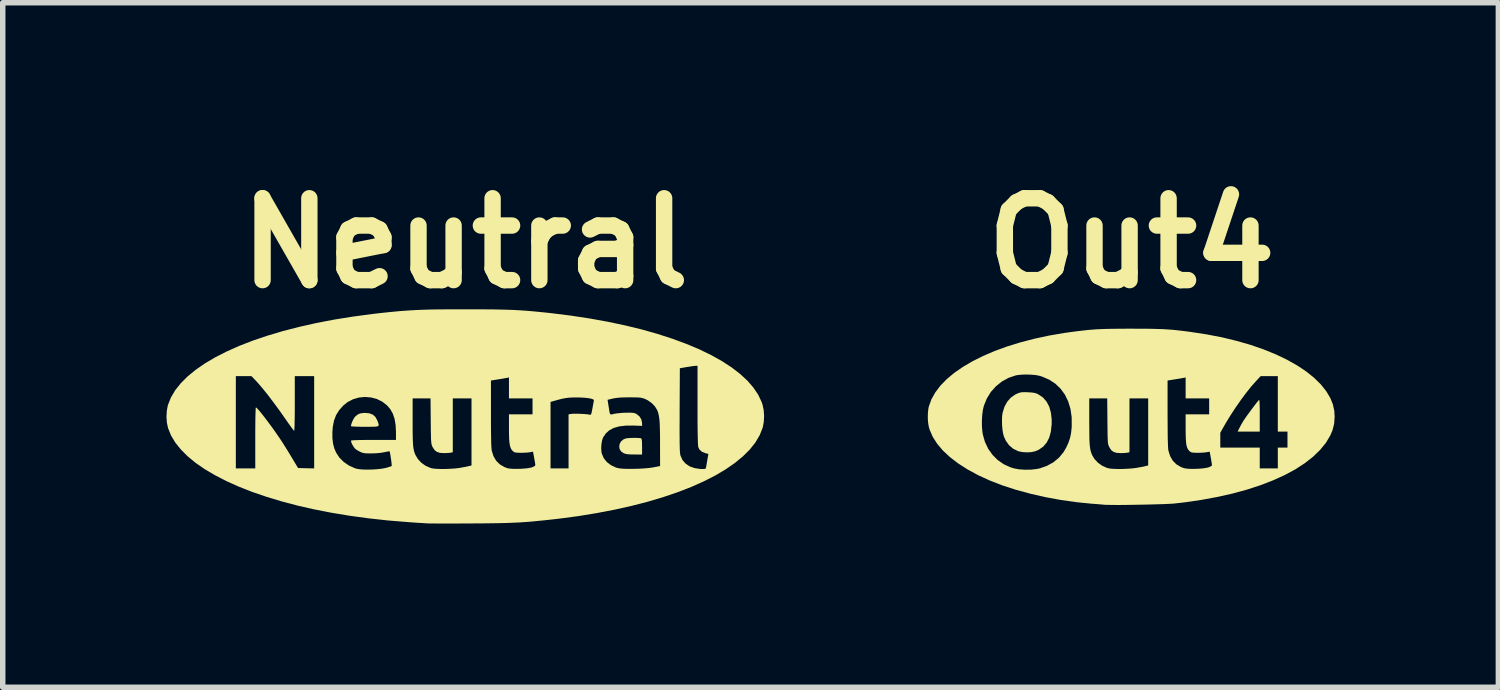
<source format=kicad_pcb>
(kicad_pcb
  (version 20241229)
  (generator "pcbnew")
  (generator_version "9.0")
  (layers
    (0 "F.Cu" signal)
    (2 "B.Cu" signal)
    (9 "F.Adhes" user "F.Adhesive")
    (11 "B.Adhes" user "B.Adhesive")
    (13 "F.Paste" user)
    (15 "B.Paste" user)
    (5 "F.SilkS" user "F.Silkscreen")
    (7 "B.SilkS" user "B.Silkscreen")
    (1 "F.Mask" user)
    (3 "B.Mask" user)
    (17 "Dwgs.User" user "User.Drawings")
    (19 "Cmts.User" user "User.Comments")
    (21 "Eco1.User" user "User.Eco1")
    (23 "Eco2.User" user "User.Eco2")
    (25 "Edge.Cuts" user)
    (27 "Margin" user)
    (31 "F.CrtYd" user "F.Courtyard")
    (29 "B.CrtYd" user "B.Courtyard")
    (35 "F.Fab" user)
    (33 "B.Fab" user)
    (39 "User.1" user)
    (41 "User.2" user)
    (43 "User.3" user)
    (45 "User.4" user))
  (footprint "Out4"
    (layer "F.Cu")
    (at 17.682 4.579)
    (property "Reference" "Out4" (at 0 -3.175 0) (layer "F.SilkS") (effects (font (size 1.5 1.5) (thickness 0.3))))
    (attr board_only exclude_from_pos_files exclude_from_bom allow_missing_courtyard)
    (fp_poly (pts (xy 2.342 -0.293) (xy 2.345 -0.259) (xy 2.347 -0.206) (xy 2.349 -0.139) (xy 2.349 -0.061) (xy 2.349 -0.013) (xy 2.349 0.279) (xy 2.146 0.279) (xy 1.943 0.279) (xy 1.983 0.2) (xy 2.01 0.149) (xy 2.04 0.097) (xy 2.061 0.064) (xy 2.092 0.019) (xy 2.13 -0.034) (xy 2.171 -0.09) (xy 2.213 -0.147) (xy 2.253 -0.2) (xy 2.289 -0.246) (xy 2.317 -0.281) (xy 2.335 -0.301) (xy 2.34 -0.305)) (stroke (width 0) (type solid)) (fill yes) (layer "F.SilkS"))
    (fp_poly (pts (xy -1.9 -0.442) (xy -1.836 -0.438) (xy -1.788 -0.432) (xy -1.751 -0.423) (xy -1.716 -0.408) (xy -1.707 -0.403) (xy -1.623 -0.346) (xy -1.557 -0.271) (xy -1.508 -0.178) (xy -1.477 -0.067) (xy -1.463 0.062) (xy -1.464 0.146) (xy -1.478 0.277) (xy -1.508 0.388) (xy -1.555 0.48) (xy -1.618 0.554) (xy -1.698 0.61) (xy -1.769 0.64) (xy -1.838 0.655) (xy -1.919 0.659) (xy -2.001 0.654) (xy -2.073 0.639) (xy -2.079 0.637) (xy -2.168 0.593) (xy -2.243 0.53) (xy -2.303 0.446) (xy -2.338 0.37) (xy -2.353 0.315) (xy -2.365 0.243) (xy -2.372 0.161) (xy -2.374 0.077) (xy -2.372 -0.00003) (xy -2.363 -0.064) (xy -2.363 -0.064) (xy -2.33 -0.173) (xy -2.279 -0.267) (xy -2.212 -0.344) (xy -2.13 -0.401) (xy -2.107 -0.412) (xy -2.069 -0.428) (xy -2.037 -0.438) (xy -2.003 -0.443) (xy -1.959 -0.444)) (stroke (width 0) (type solid)) (fill yes) (layer "F.SilkS"))
    (fp_poly (pts (xy 0.147 -1.606) (xy 0.28 -1.606) (xy 0.395 -1.604) (xy 0.496 -1.601) (xy 0.588 -1.598) (xy 0.674 -1.592) (xy 0.759 -1.586) (xy 0.846 -1.577) (xy 0.939 -1.566) (xy 1.042 -1.553) (xy 1.079 -1.548) (xy 1.373 -1.503) (xy 1.655 -1.449) (xy 1.923 -1.384) (xy 2.178 -1.311) (xy 2.417 -1.228) (xy 2.64 -1.138) (xy 2.845 -1.04) (xy 3.032 -0.935) (xy 3.199 -0.824) (xy 3.345 -0.707) (xy 3.47 -0.584) (xy 3.571 -0.456) (xy 3.642 -0.336) (xy 3.689 -0.22) (xy 3.715 -0.1) (xy 3.721 0.006) (xy 3.712 0.135) (xy 3.682 0.254) (xy 3.642 0.348) (xy 3.561 0.484) (xy 3.455 0.614) (xy 3.326 0.739) (xy 3.175 0.857) (xy 3.003 0.969) (xy 2.81 1.073) (xy 2.597 1.17) (xy 2.365 1.26) (xy 2.116 1.341) (xy 1.849 1.414) (xy 1.567 1.477) (xy 1.269 1.532) (xy 0.956 1.577) (xy 0.787 1.596) (xy 0.74 1.6) (xy 0.673 1.603) (xy 0.588 1.607) (xy 0.489 1.61) (xy 0.381 1.613) (xy 0.265 1.616) (xy 0.146 1.618) (xy 0.027 1.62) (xy -0.088 1.622) (xy -0.197 1.623) (xy -0.295 1.623) (xy -0.38 1.622) (xy -0.448 1.621) (xy -0.495 1.619) (xy -0.508 1.618) (xy -0.537 1.615) (xy -0.585 1.611) (xy -0.646 1.606) (xy -0.714 1.601) (xy -0.73 1.6) (xy -1.018 1.571) (xy -1.304 1.53) (xy -1.586 1.478) (xy -1.86 1.415) (xy -2.124 1.343) (xy -2.373 1.262) (xy -2.604 1.172) (xy -2.809 1.078) (xy -3.003 0.973) (xy -3.176 0.862) (xy -3.327 0.746) (xy -3.456 0.626) (xy -3.561 0.502) (xy -3.642 0.376) (xy -3.698 0.247) (xy -3.714 0.194) (xy -3.727 0.117) (xy -3.73 0.08) (xy -2.742 0.08) (xy -2.741 0.184) (xy -2.733 0.28) (xy -2.725 0.331) (xy -2.686 0.468) (xy -2.626 0.594) (xy -2.547 0.705) (xy -2.452 0.8) (xy -2.341 0.877) (xy -2.218 0.933) (xy -2.156 0.952) (xy -2.062 0.97) (xy -1.954 0.977) (xy -1.843 0.976) (xy -1.739 0.964) (xy -1.684 0.953) (xy -1.551 0.907) (xy -1.432 0.841) (xy -1.33 0.757) (xy -1.246 0.655) (xy -1.196 0.57) (xy -1.156 0.482) (xy -1.128 0.399) (xy -1.109 0.312) (xy -1.098 0.212) (xy -1.096 0.177) (xy -1.097 0.014) (xy -1.119 -0.137) (xy -1.161 -0.275) (xy -1.188 -0.33) (xy -0.775 -0.33) (xy -0.775 0.095) (xy -0.774 0.223) (xy -0.773 0.329) (xy -0.772 0.416) (xy -0.769 0.487) (xy -0.764 0.544) (xy -0.758 0.591) (xy -0.75 0.63) (xy -0.739 0.665) (xy -0.726 0.699) (xy -0.723 0.707) (xy -0.679 0.781) (xy -0.615 0.849) (xy -0.538 0.904) (xy -0.454 0.942) (xy -0.422 0.951) (xy -0.377 0.958) (xy -0.313 0.962) (xy -0.237 0.964) (xy -0.154 0.963) (xy -0.07 0.959) (xy 0.007 0.954) (xy 0.071 0.946) (xy 0.076 0.946) (xy 0.135 0.935) (xy 0.193 0.925) (xy 0.238 0.915) (xy 0.25 0.912) (xy 0.305 0.899) (xy 0.305 0.284) (xy 0.305 -0.05) (xy 0.66 -0.05) (xy 0.661 0.121) (xy 0.662 0.268) (xy 0.663 0.39) (xy 0.666 0.488) (xy 0.669 0.561) (xy 0.672 0.608) (xy 0.675 0.625) (xy 0.707 0.728) (xy 0.756 0.812) (xy 0.822 0.879) (xy 0.908 0.929) (xy 0.959 0.948) (xy 1.001 0.956) (xy 1.061 0.961) (xy 1.132 0.962) (xy 1.209 0.96) (xy 1.283 0.955) (xy 1.349 0.947) (xy 1.4 0.937) (xy 1.407 0.935) (xy 1.45 0.917) (xy 1.471 0.9) (xy 1.473 0.894) (xy 1.471 0.873) (xy 1.465 0.834) (xy 1.457 0.784) (xy 1.452 0.76) (xy 1.432 0.646) (xy 1.379 0.656) (xy 1.342 0.661) (xy 1.29 0.665) (xy 1.231 0.667) (xy 1.211 0.667) (xy 1.154 0.666) (xy 1.117 0.663) (xy 1.092 0.657) (xy 1.074 0.646) (xy 1.061 0.636) (xy 1.039 0.611) (xy 1.022 0.58) (xy 1.019 0.572) (xy 1.626 0.572) (xy 1.988 0.572) (xy 2.349 0.572) (xy 2.349 0.762) (xy 2.349 0.953) (xy 2.515 0.953) (xy 2.68 0.953) (xy 2.68 0.762) (xy 2.68 0.572) (xy 2.769 0.572) (xy 2.857 0.572) (xy 2.857 0.425) (xy 2.857 0.279) (xy 2.769 0.279) (xy 2.68 0.279) (xy 2.68 -0.229) (xy 2.68 -0.737) (xy 2.522 -0.737) (xy 2.365 -0.737) (xy 2.273 -0.638) (xy 2.188 -0.542) (xy 2.097 -0.427) (xy 2.002 -0.299) (xy 1.907 -0.163) (xy 1.816 -0.024) (xy 1.732 0.113) (xy 1.698 0.172) (xy 1.626 0.3) (xy 1.626 0.436) (xy 1.626 0.572) (xy 1.019 0.572) (xy 1.009 0.54) (xy 1 0.488) (xy 0.995 0.42) (xy 0.992 0.333) (xy 0.991 0.224) (xy 0.991 0.22) (xy 0.991 -0.038) (xy 1.206 -0.038) (xy 1.422 -0.038) (xy 1.422 -0.184) (xy 1.422 -0.33) (xy 1.206 -0.33) (xy 0.991 -0.33) (xy 0.991 -0.522) (xy 0.991 -0.714) (xy 0.962 -0.707) (xy 0.938 -0.703) (xy 0.895 -0.695) (xy 0.841 -0.686) (xy 0.797 -0.679) (xy 0.66 -0.657) (xy 0.66 -0.05) (xy 0.305 -0.05) (xy 0.305 -0.33) (xy 0.133 -0.33) (xy -0.038 -0.33) (xy -0.038 0.164) (xy -0.038 0.657) (xy -0.078 0.665) (xy -0.112 0.669) (xy -0.16 0.672) (xy -0.202 0.673) (xy -0.275 0.668) (xy -0.33 0.65) (xy -0.372 0.618) (xy -0.405 0.569) (xy -0.406 0.565) (xy -0.415 0.547) (xy -0.422 0.53) (xy -0.428 0.511) (xy -0.432 0.487) (xy -0.435 0.455) (xy -0.437 0.412) (xy -0.439 0.354) (xy -0.44 0.28) (xy -0.441 0.186) (xy -0.442 0.086) (xy -0.446 -0.33) (xy -0.611 -0.33) (xy -0.775 -0.33) (xy -1.188 -0.33) (xy -1.221 -0.399) (xy -1.301 -0.508) (xy -1.397 -0.6) (xy -1.511 -0.674) (xy -1.641 -0.73) (xy -1.689 -0.744) (xy -1.754 -0.757) (xy -1.835 -0.764) (xy -1.922 -0.767) (xy -2.008 -0.765) (xy -2.083 -0.758) (xy -2.121 -0.751) (xy -2.254 -0.706) (xy -2.376 -0.639) (xy -2.484 -0.552) (xy -2.577 -0.449) (xy -2.651 -0.329) (xy -2.705 -0.197) (xy -2.724 -0.119) (xy -2.736 -0.024) (xy -2.742 0.08) (xy -3.73 0.08) (xy -3.733 0.027) (xy -3.731 -0.066) (xy -3.721 -0.15) (xy -3.714 -0.181) (xy -3.667 -0.312) (xy -3.596 -0.439) (xy -3.502 -0.563) (xy -3.386 -0.682) (xy -3.249 -0.797) (xy -3.091 -0.906) (xy -2.914 -1.01) (xy -2.72 -1.107) (xy -2.508 -1.198) (xy -2.28 -1.281) (xy -2.037 -1.356) (xy -1.78 -1.423) (xy -1.51 -1.481) (xy -1.228 -1.529) (xy -1.092 -1.548) (xy -0.985 -1.562) (xy -0.888 -1.573) (xy -0.8 -1.583) (xy -0.715 -1.59) (xy -0.63 -1.596) (xy -0.54 -1.6) (xy -0.442 -1.603) (xy -0.332 -1.605) (xy -0.206 -1.606) (xy -0.06 -1.607) (xy -0.006 -1.607)) (stroke (width 0) (type solid)) (fill yes) (layer "F.SilkS")))
  (footprint "Neutral"
    (layer "F.Cu")
    (at 5.475 4.579)
    (property "Reference" "Neutral" (at 0 -3.175 0) (layer "F.SilkS") (effects (font (size 1.5 1.5) (thickness 0.3))))
    (attr board_only exclude_from_pos_files exclude_from_bom allow_missing_courtyard)
    (fp_poly (pts (xy 3.176 0.396) (xy 3.211 0.399) (xy 3.218 0.401) (xy 3.227 0.409) (xy 3.233 0.426) (xy 3.237 0.456) (xy 3.238 0.505) (xy 3.239 0.554) (xy 3.239 0.699) (xy 3.096 0.698) (xy 3.025 0.697) (xy 2.973 0.693) (xy 2.934 0.686) (xy 2.903 0.675) (xy 2.9 0.674) (xy 2.855 0.642) (xy 2.828 0.599) (xy 2.82 0.55) (xy 2.83 0.5) (xy 2.856 0.456) (xy 2.899 0.421) (xy 2.935 0.406) (xy 2.967 0.4) (xy 3.015 0.396) (xy 3.071 0.394) (xy 3.127 0.394)) (stroke (width 0) (type solid)) (fill yes) (layer "F.SilkS"))
    (fp_poly (pts (xy -1.755 -0.056) (xy -1.693 -0.031) (xy -1.646 0.012) (xy -1.611 0.076) (xy -1.607 0.088) (xy -1.595 0.122) (xy -1.587 0.147) (xy -1.588 0.166) (xy -1.598 0.178) (xy -1.622 0.185) (xy -1.662 0.189) (xy -1.72 0.19) (xy -1.799 0.191) (xy -1.841 0.191) (xy -1.93 0.19) (xy -2.002 0.188) (xy -2.055 0.185) (xy -2.087 0.182) (xy -2.095 0.178) (xy -2.089 0.145) (xy -2.073 0.1) (xy -2.052 0.055) (xy -2.029 0.018) (xy -2.021 0.008) (xy -1.978 -0.03) (xy -1.931 -0.053) (xy -1.872 -0.062) (xy -1.835 -0.064)) (stroke (width 0) (type solid)) (fill yes) (layer "F.SilkS"))
    (fp_poly (pts (xy 0.191 -1.962) (xy 0.36 -1.961) (xy 0.51 -1.96) (xy 0.645 -1.957) (xy 0.769 -1.954) (xy 0.883 -1.95) (xy 0.993 -1.944) (xy 1.1 -1.937) (xy 1.21 -1.928) (xy 1.324 -1.917) (xy 1.447 -1.905) (xy 1.568 -1.892) (xy 1.93 -1.847) (xy 2.278 -1.794) (xy 2.612 -1.734) (xy 2.932 -1.666) (xy 3.236 -1.592) (xy 3.525 -1.51) (xy 3.797 -1.422) (xy 4.051 -1.328) (xy 4.287 -1.229) (xy 4.505 -1.123) (xy 4.702 -1.013) (xy 4.879 -0.898) (xy 5.035 -0.778) (xy 5.168 -0.655) (xy 5.279 -0.527) (xy 5.367 -0.396) (xy 5.43 -0.262) (xy 5.447 -0.211) (xy 5.467 -0.116) (xy 5.475 -0.008) (xy 5.469 0.1) (xy 5.451 0.198) (xy 5.447 0.211) (xy 5.393 0.346) (xy 5.315 0.478) (xy 5.213 0.607) (xy 5.087 0.732) (xy 4.94 0.853) (xy 4.771 0.97) (xy 4.582 1.082) (xy 4.372 1.189) (xy 4.144 1.291) (xy 3.897 1.387) (xy 3.632 1.477) (xy 3.351 1.561) (xy 3.053 1.638) (xy 2.741 1.708) (xy 2.413 1.771) (xy 2.072 1.827) (xy 1.718 1.874) (xy 1.568 1.891) (xy 1.436 1.905) (xy 1.316 1.917) (xy 1.204 1.928) (xy 1.096 1.936) (xy 0.989 1.943) (xy 0.88 1.948) (xy 0.764 1.953) (xy 0.639 1.956) (xy 0.5 1.958) (xy 0.345 1.96) (xy 0.168 1.961) (xy 0.102 1.962) (xy -0.034 1.962) (xy -0.164 1.963) (xy -0.286 1.963) (xy -0.397 1.963) (xy -0.496 1.963) (xy -0.578 1.962) (xy -0.641 1.962) (xy -0.684 1.961) (xy -0.699 1.96) (xy -0.736 1.958) (xy -0.794 1.954) (xy -0.867 1.95) (xy -0.949 1.944) (xy -1.036 1.938) (xy -1.06 1.936) (xy -1.425 1.906) (xy -1.779 1.867) (xy -2.123 1.82) (xy -2.454 1.765) (xy -2.773 1.703) (xy -3.079 1.633) (xy -3.37 1.556) (xy -3.647 1.472) (xy -3.907 1.383) (xy -4.151 1.287) (xy -4.376 1.186) (xy -4.584 1.079) (xy -4.772 0.968) (xy -4.94 0.852) (xy -5.086 0.732) (xy -5.211 0.607) (xy -5.313 0.48) (xy -5.392 0.348) (xy -5.446 0.214) (xy -5.447 0.211) (xy -5.467 0.116) (xy -5.475 0.008) (xy -5.469 -0.1) (xy -5.451 -0.198) (xy -5.447 -0.211) (xy -5.393 -0.347) (xy -5.315 -0.479) (xy -5.212 -0.608) (xy -5.087 -0.733) (xy -5.082 -0.737) (xy -4.204 -0.737) (xy -4.204 0.108) (xy -4.204 0.953) (xy -4.026 0.953) (xy -3.848 0.953) (xy -3.848 0.394) (xy -3.848 0.26) (xy -3.847 0.142) (xy -3.846 0.04) (xy -3.844 -0.043) (xy -3.842 -0.106) (xy -3.84 -0.147) (xy -3.837 -0.165) (xy -3.836 -0.165) (xy -3.822 -0.155) (xy -3.795 -0.127) (xy -3.758 -0.084) (xy -3.713 -0.028) (xy -3.662 0.038) (xy -3.607 0.111) (xy -3.55 0.188) (xy -3.493 0.267) (xy -3.439 0.345) (xy -3.395 0.409) (xy -3.358 0.465) (xy -3.313 0.536) (xy -3.264 0.615) (xy -3.215 0.694) (xy -3.186 0.743) (xy -3.064 0.946) (xy -2.916 0.95) (xy -2.769 0.953) (xy -2.769 0.279) (xy -2.435 0.279) (xy -2.435 0.398) (xy -2.423 0.499) (xy -2.399 0.59) (xy -2.367 0.663) (xy -2.308 0.754) (xy -2.228 0.834) (xy -2.133 0.9) (xy -2.027 0.948) (xy -1.992 0.959) (xy -1.939 0.968) (xy -1.868 0.974) (xy -1.784 0.975) (xy -1.695 0.973) (xy -1.607 0.967) (xy -1.527 0.958) (xy -1.461 0.945) (xy -1.45 0.943) (xy -1.404 0.929) (xy -1.369 0.918) (xy -1.35 0.91) (xy -1.349 0.909) (xy -1.348 0.894) (xy -1.351 0.861) (xy -1.356 0.816) (xy -1.363 0.766) (xy -1.371 0.717) (xy -1.378 0.675) (xy -1.385 0.647) (xy -1.388 0.64) (xy -1.402 0.64) (xy -1.434 0.646) (xy -1.477 0.655) (xy -1.481 0.656) (xy -1.551 0.668) (xy -1.638 0.676) (xy -1.714 0.678) (xy -1.781 0.678) (xy -1.83 0.676) (xy -1.866 0.671) (xy -1.897 0.662) (xy -1.924 0.65) (xy -1.966 0.628) (xy -2.004 0.604) (xy -2.018 0.593) (xy -2.041 0.564) (xy -2.066 0.525) (xy -2.085 0.484) (xy -2.095 0.452) (xy -2.095 0.448) (xy -2.09 0.443) (xy -2.073 0.439) (xy -2.041 0.437) (xy -1.993 0.435) (xy -1.927 0.433) (xy -1.841 0.432) (xy -1.732 0.432) (xy -1.683 0.432) (xy -1.27 0.432) (xy -1.27 0.289) (xy -1.277 0.157) (xy -1.296 0.043) (xy -1.329 -0.053) (xy -1.377 -0.136) (xy -1.436 -0.204) (xy -1.523 -0.271) (xy -1.621 -0.319) (xy -1.663 -0.33) (xy -0.965 -0.33) (xy -0.965 0.095) (xy -0.965 0.223) (xy -0.964 0.329) (xy -0.962 0.416) (xy -0.959 0.487) (xy -0.955 0.544) (xy -0.948 0.591) (xy -0.94 0.63) (xy -0.93 0.665) (xy -0.917 0.699) (xy -0.913 0.707) (xy -0.869 0.781) (xy -0.806 0.849) (xy -0.729 0.904) (xy -0.644 0.942) (xy -0.613 0.951) (xy -0.568 0.958) (xy -0.504 0.962) (xy -0.427 0.964) (xy -0.344 0.963) (xy -0.261 0.959) (xy -0.184 0.954) (xy -0.119 0.946) (xy -0.115 0.946) (xy -0.055 0.935) (xy 0.002 0.925) (xy 0.047 0.915) (xy 0.06 0.912) (xy 0.114 0.899) (xy 0.114 0.284) (xy 0.114 -0.05) (xy 0.47 -0.05) (xy 0.47 0.121) (xy 0.471 0.268) (xy 0.473 0.39) (xy 0.475 0.488) (xy 0.478 0.561) (xy 0.482 0.608) (xy 0.484 0.625) (xy 0.516 0.728) (xy 0.565 0.812) (xy 0.632 0.879) (xy 0.718 0.929) (xy 0.768 0.948) (xy 0.81 0.956) (xy 0.87 0.961) (xy 0.942 0.962) (xy 1.018 0.96) (xy 1.093 0.955) (xy 1.113 0.953) (xy 1.562 0.953) (xy 1.727 0.953) (xy 1.892 0.953) (xy 1.892 0.572) (xy 2.49 0.572) (xy 2.493 0.639) (xy 2.501 0.681) (xy 2.536 0.764) (xy 2.592 0.835) (xy 2.667 0.893) (xy 2.758 0.936) (xy 2.799 0.948) (xy 2.845 0.955) (xy 2.911 0.96) (xy 2.992 0.962) (xy 3.082 0.961) (xy 3.175 0.959) (xy 3.266 0.954) (xy 3.351 0.947) (xy 3.422 0.938) (xy 3.445 0.934) (xy 3.569 0.91) (xy 3.568 0.515) (xy 3.568 0.38) (xy 3.567 0.305) (xy 3.926 0.305) (xy 3.927 0.403) (xy 3.927 0.484) (xy 3.929 0.55) (xy 3.93 0.602) (xy 3.932 0.642) (xy 3.935 0.673) (xy 3.938 0.697) (xy 3.942 0.715) (xy 3.944 0.72) (xy 3.979 0.799) (xy 4.035 0.864) (xy 4.108 0.914) (xy 4.198 0.947) (xy 4.301 0.963) (xy 4.333 0.964) (xy 4.374 0.964) (xy 4.397 0.96) (xy 4.407 0.949) (xy 4.413 0.927) (xy 4.413 0.924) (xy 4.419 0.891) (xy 4.427 0.843) (xy 4.436 0.79) (xy 4.437 0.785) (xy 4.454 0.688) (xy 4.401 0.674) (xy 4.335 0.648) (xy 4.29 0.607) (xy 4.268 0.561) (xy 4.265 0.537) (xy 4.262 0.489) (xy 4.26 0.417) (xy 4.258 0.324) (xy 4.256 0.209) (xy 4.255 0.073) (xy 4.255 -0.081) (xy 4.255 -0.206) (xy 4.255 -0.927) (xy 4.22 -0.926) (xy 4.192 -0.924) (xy 4.147 -0.918) (xy 4.092 -0.909) (xy 4.058 -0.904) (xy 3.931 -0.882) (xy 3.927 -0.114) (xy 3.927 0.048) (xy 3.926 0.187) (xy 3.926 0.305) (xy 3.567 0.305) (xy 3.566 0.267) (xy 3.564 0.174) (xy 3.56 0.098) (xy 3.554 0.036) (xy 3.546 -0.015) (xy 3.536 -0.058) (xy 3.524 -0.096) (xy 3.516 -0.115) (xy 3.476 -0.181) (xy 3.417 -0.243) (xy 3.346 -0.293) (xy 3.295 -0.319) (xy 3.264 -0.33) (xy 3.235 -0.338) (xy 3.203 -0.344) (xy 3.161 -0.347) (xy 3.106 -0.348) (xy 3.032 -0.349) (xy 3.01 -0.349) (xy 2.914 -0.348) (xy 2.838 -0.345) (xy 2.776 -0.339) (xy 2.723 -0.331) (xy 2.704 -0.327) (xy 2.607 -0.304) (xy 2.624 -0.193) (xy 2.635 -0.126) (xy 2.642 -0.08) (xy 2.65 -0.051) (xy 2.661 -0.038) (xy 2.676 -0.035) (xy 2.699 -0.039) (xy 2.727 -0.047) (xy 2.771 -0.054) (xy 2.831 -0.061) (xy 2.899 -0.066) (xy 2.946 -0.067) (xy 3.012 -0.068) (xy 3.059 -0.066) (xy 3.091 -0.062) (xy 3.116 -0.054) (xy 3.137 -0.044) (xy 3.191 0.000333) (xy 3.226 0.056) (xy 3.238 0.119) (xy 3.239 0.121) (xy 3.239 0.174) (xy 3.08 0.168) (xy 2.941 0.169) (xy 2.822 0.183) (xy 2.722 0.211) (xy 2.64 0.254) (xy 2.575 0.312) (xy 2.525 0.386) (xy 2.524 0.387) (xy 2.507 0.437) (xy 2.495 0.502) (xy 2.49 0.572) (xy 1.892 0.572) (xy 1.892 0.458) (xy 1.892 -0.037) (xy 1.937 -0.045) (xy 1.97 -0.048) (xy 2.021 -0.049) (xy 2.083 -0.048) (xy 2.147 -0.045) (xy 2.206 -0.041) (xy 2.253 -0.036) (xy 2.274 -0.032) (xy 2.289 -0.029) (xy 2.299 -0.032) (xy 2.307 -0.045) (xy 2.315 -0.072) (xy 2.324 -0.118) (xy 2.331 -0.155) (xy 2.341 -0.21) (xy 2.35 -0.257) (xy 2.355 -0.288) (xy 2.356 -0.298) (xy 2.344 -0.312) (xy 2.309 -0.324) (xy 2.255 -0.334) (xy 2.184 -0.342) (xy 2.1 -0.346) (xy 2.051 -0.347) (xy 1.969 -0.346) (xy 1.9 -0.343) (xy 1.838 -0.335) (xy 1.773 -0.323) (xy 1.699 -0.304) (xy 1.629 -0.284) (xy 1.562 -0.265) (xy 1.562 0.344) (xy 1.562 0.953) (xy 1.113 0.953) (xy 1.159 0.947) (xy 1.21 0.937) (xy 1.216 0.935) (xy 1.26 0.917) (xy 1.281 0.9) (xy 1.283 0.894) (xy 1.281 0.873) (xy 1.275 0.834) (xy 1.266 0.784) (xy 1.262 0.76) (xy 1.241 0.646) (xy 1.189 0.656) (xy 1.152 0.661) (xy 1.099 0.665) (xy 1.04 0.667) (xy 1.02 0.667) (xy 0.964 0.666) (xy 0.926 0.663) (xy 0.902 0.657) (xy 0.883 0.646) (xy 0.871 0.636) (xy 0.849 0.611) (xy 0.832 0.58) (xy 0.819 0.54) (xy 0.81 0.488) (xy 0.804 0.42) (xy 0.801 0.333) (xy 0.8 0.224) (xy 0.8 0.22) (xy 0.8 -0.038) (xy 1.016 -0.038) (xy 1.232 -0.038) (xy 1.232 -0.184) (xy 1.232 -0.33) (xy 1.016 -0.33) (xy 0.8 -0.33) (xy 0.8 -0.522) (xy 0.8 -0.714) (xy 0.772 -0.707) (xy 0.747 -0.703) (xy 0.705 -0.695) (xy 0.651 -0.686) (xy 0.606 -0.679) (xy 0.47 -0.657) (xy 0.47 -0.05) (xy 0.114 -0.05) (xy 0.114 -0.33) (xy -0.057 -0.33) (xy -0.229 -0.33) (xy -0.229 0.164) (xy -0.229 0.657) (xy -0.268 0.665) (xy -0.302 0.669) (xy -0.35 0.672) (xy -0.392 0.673) (xy -0.466 0.668) (xy -0.521 0.65) (xy -0.562 0.618) (xy -0.595 0.569) (xy -0.597 0.565) (xy -0.606 0.547) (xy -0.613 0.53) (xy -0.618 0.511) (xy -0.622 0.487) (xy -0.625 0.455) (xy -0.628 0.412) (xy -0.629 0.354) (xy -0.631 0.28) (xy -0.632 0.186) (xy -0.633 0.086) (xy -0.637 -0.33) (xy -0.801 -0.33) (xy -0.965 -0.33) (xy -1.663 -0.33) (xy -1.728 -0.347) (xy -1.839 -0.356) (xy -1.95 -0.345) (xy -2.056 -0.314) (xy -2.155 -0.263) (xy -2.234 -0.2) (xy -2.311 -0.114) (xy -2.368 -0.022) (xy -2.406 0.079) (xy -2.428 0.194) (xy -2.435 0.279) (xy -2.769 0.279) (xy -2.769 0.108) (xy -2.769 -0.737) (xy -2.946 -0.737) (xy -3.124 -0.737) (xy -3.124 -0.234) (xy -3.124 -0.11) (xy -3.125 -0.000383) (xy -3.127 0.093) (xy -3.128 0.168) (xy -3.131 0.222) (xy -3.133 0.255) (xy -3.136 0.265) (xy -3.147 0.253) (xy -3.169 0.224) (xy -3.201 0.181) (xy -3.24 0.127) (xy -3.283 0.065) (xy -3.284 0.064) (xy -3.401 -0.103) (xy -3.513 -0.255) (xy -3.617 -0.393) (xy -3.714 -0.513) (xy -3.801 -0.614) (xy -3.853 -0.67) (xy -3.917 -0.737) (xy -4.06 -0.737) (xy -4.204 -0.737) (xy -5.082 -0.737) (xy -4.939 -0.854) (xy -4.77 -0.971) (xy -4.58 -1.083) (xy -4.37 -1.19) (xy -4.141 -1.292) (xy -3.894 -1.388) (xy -3.628 -1.478) (xy -3.346 -1.562) (xy -3.047 -1.639) (xy -2.733 -1.71) (xy -2.404 -1.773) (xy -2.061 -1.828) (xy -1.704 -1.876) (xy -1.568 -1.892) (xy -1.435 -1.906) (xy -1.313 -1.918) (xy -1.2 -1.929) (xy -1.091 -1.937) (xy -0.983 -1.944) (xy -0.873 -1.95) (xy -0.758 -1.954) (xy -0.634 -1.958) (xy -0.497 -1.96) (xy -0.345 -1.961) (xy -0.175 -1.962) (xy 0 -1.962)) (stroke (width 0) (type solid)) (fill yes) (layer "F.SilkS")))
  (gr_rect
    (start -3 -3)
    (end 24.403 9.542)
    (stroke (width 0.1) (type default))
    (fill no)
    (layer "Edge.Cuts")))
</source>
